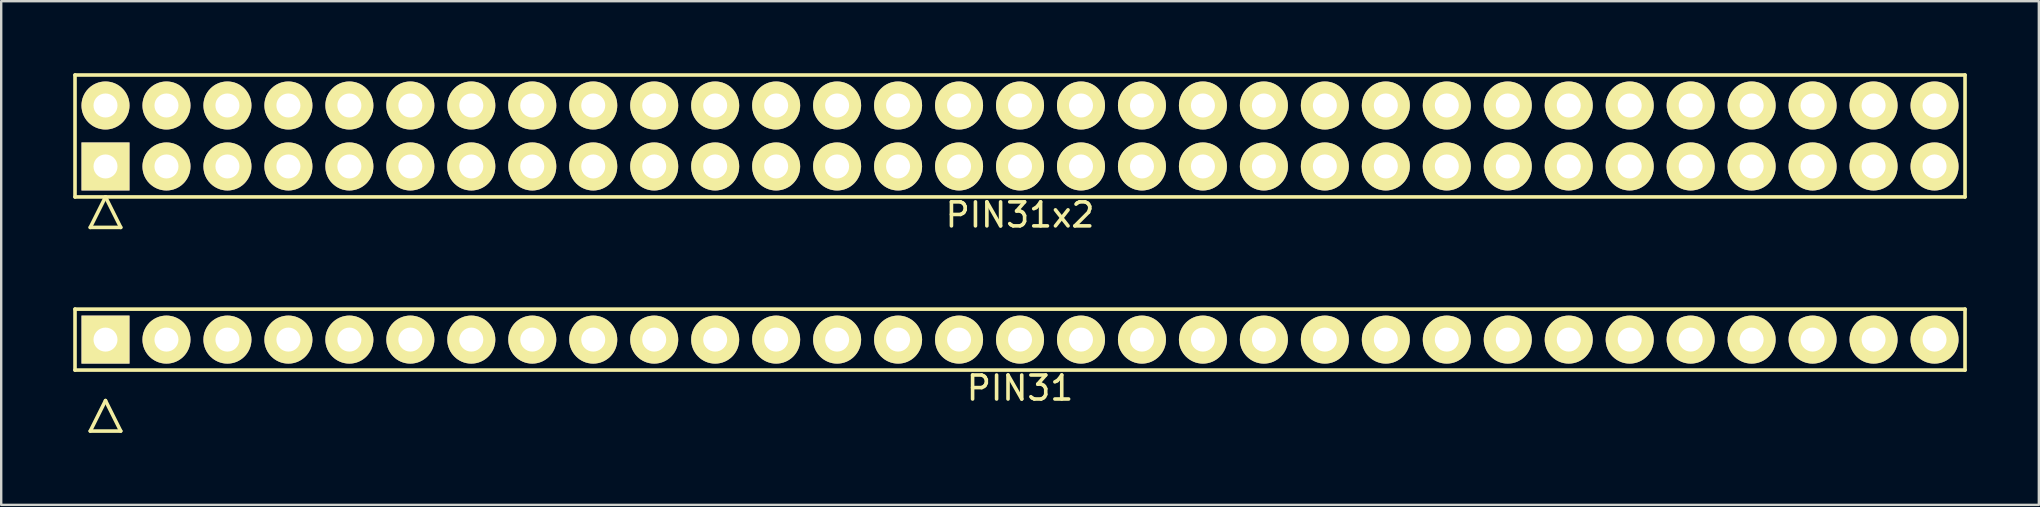
<source format=kicad_pcb>
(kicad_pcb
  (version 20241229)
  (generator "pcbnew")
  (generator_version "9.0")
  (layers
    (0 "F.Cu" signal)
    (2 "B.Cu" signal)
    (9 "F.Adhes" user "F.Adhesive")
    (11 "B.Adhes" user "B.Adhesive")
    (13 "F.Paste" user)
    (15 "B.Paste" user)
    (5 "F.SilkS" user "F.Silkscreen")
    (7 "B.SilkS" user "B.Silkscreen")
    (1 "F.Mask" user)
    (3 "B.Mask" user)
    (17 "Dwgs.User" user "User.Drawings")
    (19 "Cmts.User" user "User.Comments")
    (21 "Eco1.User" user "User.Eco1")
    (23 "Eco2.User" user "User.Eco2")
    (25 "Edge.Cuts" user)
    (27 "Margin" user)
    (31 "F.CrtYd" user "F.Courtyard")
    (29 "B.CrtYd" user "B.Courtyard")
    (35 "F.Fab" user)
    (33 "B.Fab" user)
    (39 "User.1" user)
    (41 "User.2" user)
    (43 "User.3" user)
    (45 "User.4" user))
  (footprint "PIN31x2"
    (layer "F.Cu")
    (at 39.445 2.615)
    (property "Reference" "PIN31x2" (at 0 3.29 0) (layer "F.SilkS") (effects (font (size 1 1) (thickness 0.15))))
    (attr through_hole)
    (fp_line (start -39.37 -2.54) (end -39.37 2.54) (stroke (width 0.15) (type solid)) (layer "F.SilkS"))
    (fp_line (start -39.37 2.54) (end 39.37 2.54) (stroke (width 0.15) (type solid)) (layer "F.SilkS"))
    (fp_line (start -38.735 3.81) (end -38.1 2.54) (stroke (width 0.15) (type solid)) (layer "F.SilkS"))
    (fp_line (start -38.735 3.81) (end -37.465 3.81) (stroke (width 0.15) (type solid)) (layer "F.SilkS"))
    (fp_line (start -37.465 3.81) (end -38.1 2.54) (stroke (width 0.15) (type solid)) (layer "F.SilkS"))
    (fp_line (start 39.37 -2.54) (end -39.37 -2.54) (stroke (width 0.15) (type solid)) (layer "F.SilkS"))
    (fp_line (start 39.37 2.54) (end 39.37 -2.54) (stroke (width 0.15) (type solid)) (layer "F.SilkS"))
    (pad "1" thru_hole rect (at -38.1 1.27) (size 2 2) (drill 1) (layers "*.Cu" "*.Mask" "F.SilkS"))
    (pad "2" thru_hole circle (at -38.1 -1.27) (size 2 2) (drill 1) (layers "*.Cu" "*.Mask" "F.SilkS"))
    (pad "3" thru_hole circle (at -35.56 1.27) (size 2 2) (drill 1) (layers "*.Cu" "*.Mask" "F.SilkS"))
    (pad "4" thru_hole circle (at -35.56 -1.27) (size 2 2) (drill 1) (layers "*.Cu" "*.Mask" "F.SilkS"))
    (pad "5" thru_hole circle (at -33.02 1.27) (size 2 2) (drill 1) (layers "*.Cu" "*.Mask" "F.SilkS"))
    (pad "6" thru_hole circle (at -33.02 -1.27) (size 2 2) (drill 1) (layers "*.Cu" "*.Mask" "F.SilkS"))
    (pad "7" thru_hole circle (at -30.48 1.27) (size 2 2) (drill 1) (layers "*.Cu" "*.Mask" "F.SilkS"))
    (pad "8" thru_hole circle (at -30.48 -1.27) (size 2 2) (drill 1) (layers "*.Cu" "*.Mask" "F.SilkS"))
    (pad "9" thru_hole circle (at -27.94 1.27) (size 2 2) (drill 1) (layers "*.Cu" "*.Mask" "F.SilkS"))
    (pad "10" thru_hole circle (at -27.94 -1.27) (size 2 2) (drill 1) (layers "*.Cu" "*.Mask" "F.SilkS"))
    (pad "11" thru_hole circle (at -25.4 1.27) (size 2 2) (drill 1) (layers "*.Cu" "*.Mask" "F.SilkS"))
    (pad "12" thru_hole circle (at -25.4 -1.27) (size 2 2) (drill 1) (layers "*.Cu" "*.Mask" "F.SilkS"))
    (pad "13" thru_hole circle (at -22.86 1.27) (size 2 2) (drill 1) (layers "*.Cu" "*.Mask" "F.SilkS"))
    (pad "14" thru_hole circle (at -22.86 -1.27) (size 2 2) (drill 1) (layers "*.Cu" "*.Mask" "F.SilkS"))
    (pad "15" thru_hole circle (at -20.32 1.27) (size 2 2) (drill 1) (layers "*.Cu" "*.Mask" "F.SilkS"))
    (pad "16" thru_hole circle (at -20.32 -1.27) (size 2 2) (drill 1) (layers "*.Cu" "*.Mask" "F.SilkS"))
    (pad "17" thru_hole circle (at -17.78 1.27) (size 2 2) (drill 1) (layers "*.Cu" "*.Mask" "F.SilkS"))
    (pad "18" thru_hole circle (at -17.78 -1.27) (size 2 2) (drill 1) (layers "*.Cu" "*.Mask" "F.SilkS"))
    (pad "19" thru_hole circle (at -15.24 1.27) (size 2 2) (drill 1) (layers "*.Cu" "*.Mask" "F.SilkS"))
    (pad "20" thru_hole circle (at -15.24 -1.27) (size 2 2) (drill 1) (layers "*.Cu" "*.Mask" "F.SilkS"))
    (pad "21" thru_hole circle (at -12.7 1.27) (size 2 2) (drill 1) (layers "*.Cu" "*.Mask" "F.SilkS"))
    (pad "22" thru_hole circle (at -12.7 -1.27) (size 2 2) (drill 1) (layers "*.Cu" "*.Mask" "F.SilkS"))
    (pad "23" thru_hole circle (at -10.16 1.27) (size 2 2) (drill 1) (layers "*.Cu" "*.Mask" "F.SilkS"))
    (pad "24" thru_hole circle (at -10.16 -1.27) (size 2 2) (drill 1) (layers "*.Cu" "*.Mask" "F.SilkS"))
    (pad "25" thru_hole circle (at -7.62 1.27) (size 2 2) (drill 1) (layers "*.Cu" "*.Mask" "F.SilkS"))
    (pad "26" thru_hole circle (at -7.62 -1.27) (size 2 2) (drill 1) (layers "*.Cu" "*.Mask" "F.SilkS"))
    (pad "27" thru_hole circle (at -5.08 1.27) (size 2 2) (drill 1) (layers "*.Cu" "*.Mask" "F.SilkS"))
    (pad "28" thru_hole circle (at -5.08 -1.27) (size 2 2) (drill 1) (layers "*.Cu" "*.Mask" "F.SilkS"))
    (pad "29" thru_hole circle (at -2.54 1.27) (size 2 2) (drill 1) (layers "*.Cu" "*.Mask" "F.SilkS"))
    (pad "30" thru_hole circle (at -2.54 -1.27) (size 2 2) (drill 1) (layers "*.Cu" "*.Mask" "F.SilkS"))
    (pad "31" thru_hole circle (at 0 1.27) (size 2 2) (drill 1) (layers "*.Cu" "*.Mask" "F.SilkS"))
    (pad "32" thru_hole circle (at 0 -1.27) (size 2 2) (drill 1) (layers "*.Cu" "*.Mask" "F.SilkS"))
    (pad "33" thru_hole circle (at 2.54 1.27) (size 2 2) (drill 1) (layers "*.Cu" "*.Mask" "F.SilkS"))
    (pad "34" thru_hole circle (at 2.54 -1.27) (size 2 2) (drill 1) (layers "*.Cu" "*.Mask" "F.SilkS"))
    (pad "35" thru_hole circle (at 5.08 1.27) (size 2 2) (drill 1) (layers "*.Cu" "*.Mask" "F.SilkS"))
    (pad "36" thru_hole circle (at 5.08 -1.27) (size 2 2) (drill 1) (layers "*.Cu" "*.Mask" "F.SilkS"))
    (pad "37" thru_hole circle (at 7.62 1.27) (size 2 2) (drill 1) (layers "*.Cu" "*.Mask" "F.SilkS"))
    (pad "38" thru_hole circle (at 7.62 -1.27) (size 2 2) (drill 1) (layers "*.Cu" "*.Mask" "F.SilkS"))
    (pad "39" thru_hole circle (at 10.16 1.27) (size 2 2) (drill 1) (layers "*.Cu" "*.Mask" "F.SilkS"))
    (pad "40" thru_hole circle (at 10.16 -1.27) (size 2 2) (drill 1) (layers "*.Cu" "*.Mask" "F.SilkS"))
    (pad "41" thru_hole circle (at 12.7 1.27) (size 2 2) (drill 1) (layers "*.Cu" "*.Mask" "F.SilkS"))
    (pad "42" thru_hole circle (at 12.7 -1.27) (size 2 2) (drill 1) (layers "*.Cu" "*.Mask" "F.SilkS"))
    (pad "43" thru_hole circle (at 15.24 1.27) (size 2 2) (drill 1) (layers "*.Cu" "*.Mask" "F.SilkS"))
    (pad "44" thru_hole circle (at 15.24 -1.27) (size 2 2) (drill 1) (layers "*.Cu" "*.Mask" "F.SilkS"))
    (pad "45" thru_hole circle (at 17.78 1.27) (size 2 2) (drill 1) (layers "*.Cu" "*.Mask" "F.SilkS"))
    (pad "46" thru_hole circle (at 17.78 -1.27) (size 2 2) (drill 1) (layers "*.Cu" "*.Mask" "F.SilkS"))
    (pad "47" thru_hole circle (at 20.32 1.27) (size 2 2) (drill 1) (layers "*.Cu" "*.Mask" "F.SilkS"))
    (pad "48" thru_hole circle (at 20.32 -1.27) (size 2 2) (drill 1) (layers "*.Cu" "*.Mask" "F.SilkS"))
    (pad "49" thru_hole circle (at 22.86 1.27) (size 2 2) (drill 1) (layers "*.Cu" "*.Mask" "F.SilkS"))
    (pad "50" thru_hole circle (at 22.86 -1.27) (size 2 2) (drill 1) (layers "*.Cu" "*.Mask" "F.SilkS"))
    (pad "51" thru_hole circle (at 25.4 1.27) (size 2 2) (drill 1) (layers "*.Cu" "*.Mask" "F.SilkS"))
    (pad "52" thru_hole circle (at 25.4 -1.27) (size 2 2) (drill 1) (layers "*.Cu" "*.Mask" "F.SilkS"))
    (pad "53" thru_hole circle (at 27.94 1.27) (size 2 2) (drill 1) (layers "*.Cu" "*.Mask" "F.SilkS"))
    (pad "54" thru_hole circle (at 27.94 -1.27) (size 2 2) (drill 1) (layers "*.Cu" "*.Mask" "F.SilkS"))
    (pad "55" thru_hole circle (at 30.48 1.27) (size 2 2) (drill 1) (layers "*.Cu" "*.Mask" "F.SilkS"))
    (pad "56" thru_hole circle (at 30.48 -1.27) (size 2 2) (drill 1) (layers "*.Cu" "*.Mask" "F.SilkS"))
    (pad "57" thru_hole circle (at 33.02 1.27) (size 2 2) (drill 1) (layers "*.Cu" "*.Mask" "F.SilkS"))
    (pad "58" thru_hole circle (at 33.02 -1.27) (size 2 2) (drill 1) (layers "*.Cu" "*.Mask" "F.SilkS"))
    (pad "59" thru_hole circle (at 35.56 1.27) (size 2 2) (drill 1) (layers "*.Cu" "*.Mask" "F.SilkS"))
    (pad "60" thru_hole circle (at 35.56 -1.27) (size 2 2) (drill 1) (layers "*.Cu" "*.Mask" "F.SilkS"))
    (pad "61" thru_hole circle (at 38.1 1.27) (size 2 2) (drill 1) (layers "*.Cu" "*.Mask" "F.SilkS"))
    (pad "62" thru_hole circle (at 38.1 -1.27) (size 2 2) (drill 1) (layers "*.Cu" "*.Mask" "F.SilkS")))
  (footprint "PIN31"
    (layer "F.Cu")
    (at 39.445 11.098)
    (property "Reference" "PIN31" (at 0 2.02 0) (layer "F.SilkS") (effects (font (size 1 1) (thickness 0.15))))
    (attr through_hole)
    (fp_line (start -39.37 -1.27) (end -39.37 1.27) (stroke (width 0.15) (type solid)) (layer "F.SilkS"))
    (fp_line (start -39.37 1.27) (end 39.37 1.27) (stroke (width 0.15) (type solid)) (layer "F.SilkS"))
    (fp_line (start -38.735 3.81) (end -38.1 2.54) (stroke (width 0.15) (type solid)) (layer "F.SilkS"))
    (fp_line (start -38.735 3.81) (end -37.465 3.81) (stroke (width 0.15) (type solid)) (layer "F.SilkS"))
    (fp_line (start -37.465 3.81) (end -38.1 2.54) (stroke (width 0.15) (type solid)) (layer "F.SilkS"))
    (fp_line (start 39.37 -1.27) (end -39.37 -1.27) (stroke (width 0.15) (type solid)) (layer "F.SilkS"))
    (fp_line (start 39.37 1.27) (end 39.37 -1.27) (stroke (width 0.15) (type solid)) (layer "F.SilkS"))
    (pad "1" thru_hole rect (at -38.1 0) (size 2 2) (drill 1) (layers "*.Cu" "*.Mask" "F.SilkS"))
    (pad "2" thru_hole circle (at -35.56 0) (size 2 2) (drill 1) (layers "*.Cu" "*.Mask" "F.SilkS"))
    (pad "3" thru_hole circle (at -33.02 0) (size 2 2) (drill 1) (layers "*.Cu" "*.Mask" "F.SilkS"))
    (pad "4" thru_hole circle (at -30.48 0) (size 2 2) (drill 1) (layers "*.Cu" "*.Mask" "F.SilkS"))
    (pad "5" thru_hole circle (at -27.94 0) (size 2 2) (drill 1) (layers "*.Cu" "*.Mask" "F.SilkS"))
    (pad "6" thru_hole circle (at -25.4 0) (size 2 2) (drill 1) (layers "*.Cu" "*.Mask" "F.SilkS"))
    (pad "7" thru_hole circle (at -22.86 0) (size 2 2) (drill 1) (layers "*.Cu" "*.Mask" "F.SilkS"))
    (pad "8" thru_hole circle (at -20.32 0) (size 2 2) (drill 1) (layers "*.Cu" "*.Mask" "F.SilkS"))
    (pad "9" thru_hole circle (at -17.78 0) (size 2 2) (drill 1) (layers "*.Cu" "*.Mask" "F.SilkS"))
    (pad "10" thru_hole circle (at -15.24 0) (size 2 2) (drill 1) (layers "*.Cu" "*.Mask" "F.SilkS"))
    (pad "11" thru_hole circle (at -12.7 0) (size 2 2) (drill 1) (layers "*.Cu" "*.Mask" "F.SilkS"))
    (pad "12" thru_hole circle (at -10.16 0) (size 2 2) (drill 1) (layers "*.Cu" "*.Mask" "F.SilkS"))
    (pad "13" thru_hole circle (at -7.62 0) (size 2 2) (drill 1) (layers "*.Cu" "*.Mask" "F.SilkS"))
    (pad "14" thru_hole circle (at -5.08 0) (size 2 2) (drill 1) (layers "*.Cu" "*.Mask" "F.SilkS"))
    (pad "15" thru_hole circle (at -2.54 0) (size 2 2) (drill 1) (layers "*.Cu" "*.Mask" "F.SilkS"))
    (pad "16" thru_hole circle (at 0 0) (size 2 2) (drill 1) (layers "*.Cu" "*.Mask" "F.SilkS"))
    (pad "17" thru_hole circle (at 2.54 0) (size 2 2) (drill 1) (layers "*.Cu" "*.Mask" "F.SilkS"))
    (pad "18" thru_hole circle (at 5.08 0) (size 2 2) (drill 1) (layers "*.Cu" "*.Mask" "F.SilkS"))
    (pad "19" thru_hole circle (at 7.62 0) (size 2 2) (drill 1) (layers "*.Cu" "*.Mask" "F.SilkS"))
    (pad "20" thru_hole circle (at 10.16 0) (size 2 2) (drill 1) (layers "*.Cu" "*.Mask" "F.SilkS"))
    (pad "21" thru_hole circle (at 12.7 0) (size 2 2) (drill 1) (layers "*.Cu" "*.Mask" "F.SilkS"))
    (pad "22" thru_hole circle (at 15.24 0) (size 2 2) (drill 1) (layers "*.Cu" "*.Mask" "F.SilkS"))
    (pad "23" thru_hole circle (at 17.78 0) (size 2 2) (drill 1) (layers "*.Cu" "*.Mask" "F.SilkS"))
    (pad "24" thru_hole circle (at 20.32 0) (size 2 2) (drill 1) (layers "*.Cu" "*.Mask" "F.SilkS"))
    (pad "25" thru_hole circle (at 22.86 0) (size 2 2) (drill 1) (layers "*.Cu" "*.Mask" "F.SilkS"))
    (pad "26" thru_hole circle (at 25.4 0) (size 2 2) (drill 1) (layers "*.Cu" "*.Mask" "F.SilkS"))
    (pad "27" thru_hole circle (at 27.94 0) (size 2 2) (drill 1) (layers "*.Cu" "*.Mask" "F.SilkS"))
    (pad "28" thru_hole circle (at 30.48 0) (size 2 2) (drill 1) (layers "*.Cu" "*.Mask" "F.SilkS"))
    (pad "29" thru_hole circle (at 33.02 0) (size 2 2) (drill 1) (layers "*.Cu" "*.Mask" "F.SilkS"))
    (pad "30" thru_hole circle (at 35.56 0) (size 2 2) (drill 1) (layers "*.Cu" "*.Mask" "F.SilkS"))
    (pad "31" thru_hole circle (at 38.1 0) (size 2 2) (drill 1) (layers "*.Cu" "*.Mask" "F.SilkS")))
  (gr_rect
    (start -3 -3)
    (end 81.89 17.983)
    (stroke (width 0.1) (type default))
    (fill no)
    (layer "Edge.Cuts")))
</source>
